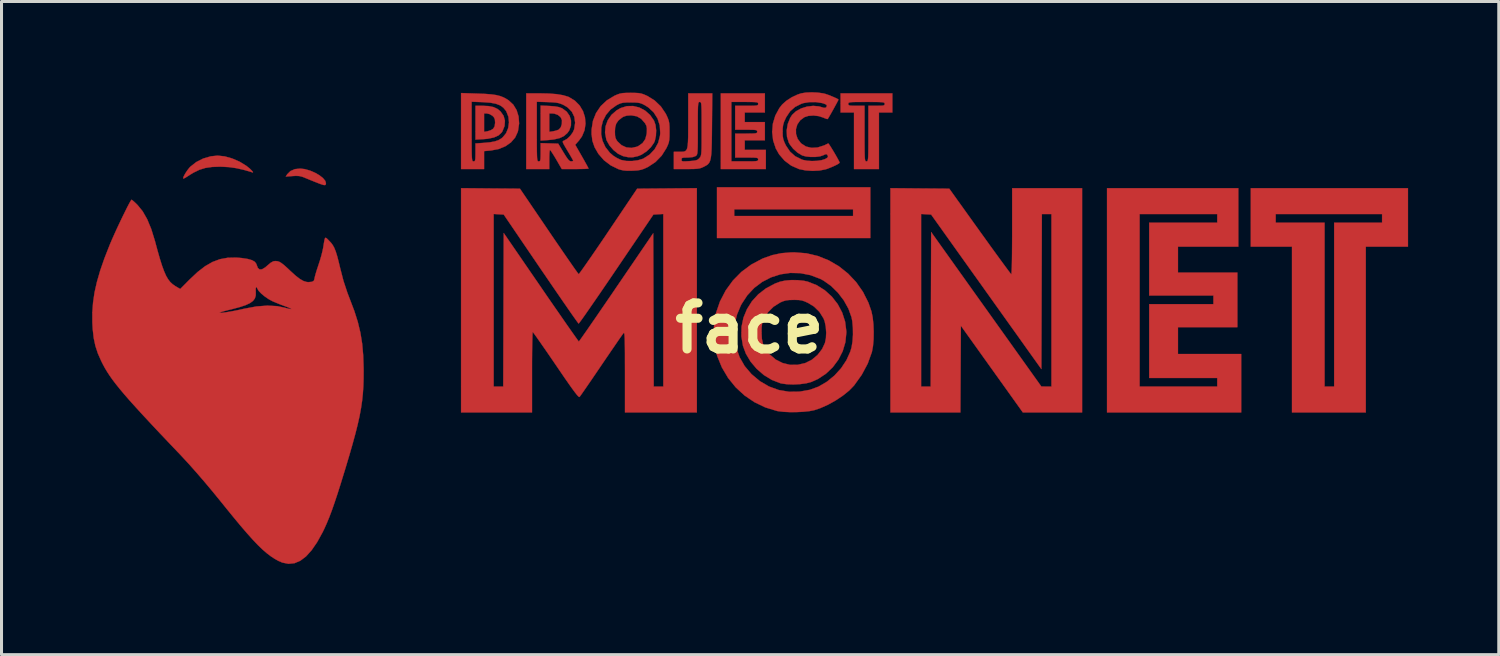
<source format=kicad_pcb>
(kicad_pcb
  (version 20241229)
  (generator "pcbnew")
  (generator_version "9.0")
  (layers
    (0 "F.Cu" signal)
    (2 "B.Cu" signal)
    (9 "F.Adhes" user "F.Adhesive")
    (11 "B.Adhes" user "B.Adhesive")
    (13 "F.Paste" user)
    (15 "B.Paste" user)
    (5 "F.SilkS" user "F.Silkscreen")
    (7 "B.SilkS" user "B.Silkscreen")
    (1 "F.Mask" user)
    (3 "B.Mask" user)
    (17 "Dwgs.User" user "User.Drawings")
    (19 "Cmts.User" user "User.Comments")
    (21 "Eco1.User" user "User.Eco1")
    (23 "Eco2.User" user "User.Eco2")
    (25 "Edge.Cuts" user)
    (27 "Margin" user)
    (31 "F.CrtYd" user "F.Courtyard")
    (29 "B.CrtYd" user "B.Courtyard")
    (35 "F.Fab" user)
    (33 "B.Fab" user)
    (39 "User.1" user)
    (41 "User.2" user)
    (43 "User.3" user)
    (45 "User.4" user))
  (footprint "face"
    (layer "F.Cu")
    (at 21.751 7.807)
    (property "Reference" "face" (at 0 0 0) (layer "F.SilkS") (effects (font (size 1.524 1.524) (thickness 0.3))))
    (attr through_hole)
    (fp_poly (pts (xy 3.996 -2.981) (xy -1.078 -2.981) (xy -1.078 -3.932) (xy -0.507 -3.932) (xy -0.507 -3.71) (xy 3.425 -3.71) (xy 3.425 -3.932) (xy -0.507 -3.932) (xy -1.078 -3.932) (xy -1.078 -4.661) (xy 3.996 -4.661) (xy 3.996 -2.981)) (stroke (width 0.01) (type solid)) (fill yes) (layer "F.Cu"))
    (fp_poly (pts (xy 21.785 -2.695) (xy 20.39 -2.695) (xy 20.39 2.791) (xy 17.948 2.791) (xy 17.948 -2.695) (xy 16.585 -2.695) (xy 16.585 -3.774) (xy 17.409 -3.774) (xy 17.409 -3.488) (xy 19.026 -3.488) (xy 19.026 1.934) (xy 19.343 1.934) (xy 19.343 -3.488) (xy 20.929 -3.488) (xy 20.929 -3.774) (xy 17.409 -3.774) (xy 16.585 -3.774) (xy 16.585 -4.63) (xy 21.785 -4.63) (xy 21.785 -2.695)) (stroke (width 0.01) (type solid)) (fill yes) (layer "F.Cu"))
    (fp_poly (pts (xy -14.718 -5.262) (xy -14.545 -5.213) (xy -14.379 -5.142) (xy -14.233 -5.058) (xy -14.116 -4.966) (xy -14.04 -4.875) (xy -14.016 -4.798) (xy -14.022 -4.753) (xy -14.046 -4.732) (xy -14.1 -4.737) (xy -14.194 -4.767) (xy -14.286 -4.802) (xy -14.422 -4.856) (xy -14.577 -4.919) (xy -14.682 -4.962) (xy -14.804 -5.01) (xy -14.903 -5.033) (xy -15.011 -5.038) (xy -15.117 -5.032) (xy -15.346 -5.015) (xy -15.295 -5.094) (xy -15.189 -5.198) (xy -15.044 -5.261) (xy -14.867 -5.279) (xy -14.718 -5.262)) (stroke (width 0.01) (type solid)) (fill yes) (layer "F.Cu"))
    (fp_poly (pts (xy 16.172 -2.695) (xy 14.175 -2.695) (xy 14.175 -1.839) (xy 16.141 -1.839) (xy 16.141 -0.032) (xy 14.175 -0.032) (xy 14.175 0.856) (xy 16.267 0.856) (xy 16.267 2.791) (xy 11.828 2.791) (xy 11.828 -3.774) (xy 12.906 -3.774) (xy 12.906 1.934) (xy 15.475 1.934) (xy 15.475 1.649) (xy 13.223 1.649) (xy 13.223 -0.793) (xy 15.348 -0.793) (xy 15.348 -1.078) (xy 13.223 -1.078) (xy 13.223 -3.488) (xy 15.475 -3.488) (xy 15.475 -3.774) (xy 12.906 -3.774) (xy 11.828 -3.774) (xy 11.828 -4.63) (xy 16.172 -4.63) (xy 16.172 -2.695)) (stroke (width 0.01) (type solid)) (fill yes) (layer "F.Cu"))
    (fp_poly (pts (xy -17.365 -5.683) (xy -17.115 -5.612) (xy -16.869 -5.505) (xy -16.647 -5.368) (xy -16.533 -5.275) (xy -16.465 -5.207) (xy -16.43 -5.163) (xy -16.435 -5.15) (xy -16.437 -5.151) (xy -16.73 -5.236) (xy -16.987 -5.294) (xy -17.228 -5.328) (xy -17.471 -5.341) (xy -17.52 -5.342) (xy -17.783 -5.333) (xy -18.004 -5.301) (xy -18.203 -5.24) (xy -18.398 -5.145) (xy -18.518 -5.072) (xy -18.627 -5.002) (xy -18.694 -4.963) (xy -18.729 -4.95) (xy -18.74 -4.957) (xy -18.741 -4.964) (xy -18.723 -5.021) (xy -18.676 -5.108) (xy -18.612 -5.207) (xy -18.543 -5.297) (xy -18.503 -5.341) (xy -18.309 -5.494) (xy -18.077 -5.612) (xy -17.825 -5.685) (xy -17.599 -5.708) (xy -17.365 -5.683)) (stroke (width 0.01) (type solid)) (fill yes) (layer "F.Cu"))
    (fp_poly (pts (xy -8.839 -7.357) (xy -8.633 -7.347) (xy -8.472 -7.314) (xy -8.344 -7.255) (xy -8.24 -7.17) (xy -8.139 -7.027) (xy -8.094 -6.864) (xy -8.106 -6.69) (xy -8.176 -6.515) (xy -8.198 -6.479) (xy -8.3 -6.38) (xy -8.456 -6.309) (xy -8.666 -6.265) (xy -8.791 -6.254) (xy -9.069 -6.238) (xy -9.069 -7.103) (xy -8.784 -7.103) (xy -8.784 -6.494) (xy -8.665 -6.515) (xy -8.568 -6.546) (xy -8.489 -6.593) (xy -8.483 -6.599) (xy -8.435 -6.675) (xy -8.419 -6.791) (xy -8.419 -6.805) (xy -8.427 -6.908) (xy -8.459 -6.977) (xy -8.508 -7.027) (xy -8.599 -7.081) (xy -8.69 -7.103) (xy -8.784 -7.103) (xy -9.069 -7.103) (xy -9.069 -7.357) (xy -8.839 -7.357)) (stroke (width 0.01) (type solid)) (fill yes) (layer "F.Cu"))
    (fp_poly (pts (xy -6.62 -7.351) (xy -6.449 -7.338) (xy -6.322 -7.316) (xy -6.222 -7.282) (xy -6.19 -7.266) (xy -6.05 -7.162) (xy -5.955 -7.025) (xy -5.907 -6.868) (xy -5.909 -6.704) (xy -5.963 -6.547) (xy -6.027 -6.456) (xy -6.14 -6.357) (xy -6.286 -6.287) (xy -6.475 -6.243) (xy -6.649 -6.224) (xy -6.913 -6.206) (xy -6.913 -6.493) (xy -6.627 -6.493) (xy -6.499 -6.513) (xy -6.4 -6.536) (xy -6.319 -6.566) (xy -6.308 -6.573) (xy -6.247 -6.644) (xy -6.211 -6.753) (xy -6.208 -6.88) (xy -6.21 -6.89) (xy -6.252 -6.98) (xy -6.34 -7.053) (xy -6.455 -7.096) (xy -6.524 -7.103) (xy -6.627 -7.103) (xy -6.627 -6.493) (xy -6.913 -6.493) (xy -6.913 -7.364) (xy -6.62 -7.351)) (stroke (width 0.01) (type solid)) (fill yes) (layer "F.Cu"))
    (fp_poly (pts (xy 5.635 -4.622) (xy 6.608 -4.614) (xy 7.619 -3.203) (xy 7.81 -2.938) (xy 7.989 -2.689) (xy 8.155 -2.46) (xy 8.303 -2.257) (xy 8.43 -2.084) (xy 8.532 -1.945) (xy 8.607 -1.846) (xy 8.65 -1.791) (xy 8.659 -1.781) (xy 8.666 -1.809) (xy 8.672 -1.897) (xy 8.678 -2.039) (xy 8.682 -2.232) (xy 8.685 -2.471) (xy 8.687 -2.752) (xy 8.689 -3.07) (xy 8.689 -3.2) (xy 8.689 -4.63) (xy 11.003 -4.63) (xy 11.003 2.791) (xy 9.044 2.791) (xy 6.992 -0.079) (xy 6.984 1.356) (xy 6.976 2.791) (xy 4.661 2.791) (xy 4.661 1.934) (xy 5.676 1.934) (xy 5.993 1.934) (xy 6.009 -3.178) (xy 7.832 -0.622) (xy 9.656 1.933) (xy 9.822 1.934) (xy 9.989 1.934) (xy 9.989 -3.774) (xy 9.672 -3.774) (xy 9.664 -1.209) (xy 9.656 1.356) (xy 7.832 -1.201) (xy 6.008 -3.758) (xy 5.842 -3.767) (xy 5.676 -3.777) (xy 5.676 1.934) (xy 4.661 1.934) (xy 4.661 -4.631) (xy 5.635 -4.622)) (stroke (width 0.01) (type solid)) (fill yes) (layer "F.Cu"))
    (fp_poly (pts (xy -3.647 -7.3) (xy -3.457 -7.199) (xy -3.291 -7.052) (xy -3.161 -6.865) (xy -3.111 -6.721) (xy -3.09 -6.545) (xy -3.098 -6.362) (xy -3.134 -6.198) (xy -3.163 -6.132) (xy -3.267 -5.984) (xy -3.409 -5.848) (xy -3.569 -5.742) (xy -3.689 -5.692) (xy -3.854 -5.655) (xy -4.002 -5.653) (xy -4.164 -5.686) (xy -4.198 -5.696) (xy -4.354 -5.772) (xy -4.504 -5.893) (xy -4.634 -6.043) (xy -4.725 -6.205) (xy -4.74 -6.244) (xy -4.781 -6.463) (xy -4.778 -6.504) (xy -4.455 -6.504) (xy -4.451 -6.379) (xy -4.436 -6.293) (xy -4.402 -6.223) (xy -4.37 -6.178) (xy -4.238 -6.054) (xy -4.079 -5.981) (xy -3.905 -5.963) (xy -3.729 -6.002) (xy -3.68 -6.024) (xy -3.54 -6.123) (xy -3.45 -6.253) (xy -3.405 -6.424) (xy -3.399 -6.483) (xy -3.397 -6.603) (xy -3.411 -6.687) (xy -3.447 -6.762) (xy -3.462 -6.785) (xy -3.585 -6.925) (xy -3.728 -7.008) (xy -3.902 -7.039) (xy -3.932 -7.04) (xy -4.069 -7.03) (xy -4.171 -6.996) (xy -4.218 -6.968) (xy -4.34 -6.87) (xy -4.413 -6.764) (xy -4.448 -6.633) (xy -4.455 -6.504) (xy -4.778 -6.504) (xy -4.764 -6.678) (xy -4.691 -6.88) (xy -4.567 -7.059) (xy -4.397 -7.207) (xy -4.265 -7.282) (xy -4.061 -7.345) (xy -3.852 -7.349) (xy -3.647 -7.3)) (stroke (width 0.01) (type solid)) (fill yes) (layer "F.Cu"))
    (fp_poly (pts (xy 4.725 -7.135) (xy 4.281 -7.135) (xy 4.281 -5.264) (xy 3.456 -5.264) (xy 3.456 -7.135) (xy 3.012 -7.135) (xy 3.012 -7.42) (xy 3.266 -7.42) (xy 3.271 -7.389) (xy 3.294 -7.371) (xy 3.349 -7.361) (xy 3.446 -7.357) (xy 3.536 -7.357) (xy 3.805 -7.357) (xy 3.805 -6.437) (xy 3.805 -6.172) (xy 3.806 -5.963) (xy 3.808 -5.804) (xy 3.811 -5.689) (xy 3.816 -5.609) (xy 3.824 -5.559) (xy 3.835 -5.532) (xy 3.849 -5.52) (xy 3.866 -5.518) (xy 3.869 -5.518) (xy 3.887 -5.519) (xy 3.901 -5.53) (xy 3.912 -5.555) (xy 3.92 -5.602) (xy 3.926 -5.678) (xy 3.929 -5.79) (xy 3.931 -5.943) (xy 3.932 -6.146) (xy 3.932 -6.405) (xy 3.932 -6.437) (xy 3.932 -7.357) (xy 4.202 -7.357) (xy 4.333 -7.358) (xy 4.413 -7.363) (xy 4.454 -7.376) (xy 4.469 -7.399) (xy 4.471 -7.42) (xy 4.469 -7.442) (xy 4.455 -7.458) (xy 4.423 -7.47) (xy 4.363 -7.477) (xy 4.267 -7.481) (xy 4.126 -7.483) (xy 3.933 -7.484) (xy 3.869 -7.484) (xy 3.659 -7.483) (xy 3.505 -7.482) (xy 3.398 -7.479) (xy 3.328 -7.472) (xy 3.289 -7.462) (xy 3.271 -7.447) (xy 3.266 -7.427) (xy 3.266 -7.42) (xy 3.012 -7.42) (xy 3.012 -7.769) (xy 4.725 -7.769) (xy 4.725 -7.135)) (stroke (width 0.01) (type solid)) (fill yes) (layer "F.Cu"))
    (fp_poly (pts (xy 0.507 -7.135) (xy -0.159 -7.135) (xy -0.159 -6.818) (xy 0.507 -6.818) (xy 0.507 -6.215) (xy -0.159 -6.215) (xy -0.159 -5.898) (xy 0.539 -5.898) (xy 0.539 -5.264) (xy -0.951 -5.264) (xy -0.951 -7.484) (xy -0.602 -7.484) (xy -0.602 -5.518) (xy -0.159 -5.518) (xy 0.017 -5.518) (xy 0.139 -5.52) (xy 0.217 -5.526) (xy 0.261 -5.536) (xy 0.281 -5.553) (xy 0.285 -5.576) (xy 0.285 -5.581) (xy 0.282 -5.608) (xy 0.263 -5.626) (xy 0.22 -5.637) (xy 0.142 -5.642) (xy 0.017 -5.644) (xy -0.095 -5.644) (xy -0.476 -5.644) (xy -0.476 -6.437) (xy -0.111 -6.437) (xy 0.046 -6.438) (xy 0.15 -6.441) (xy 0.212 -6.449) (xy 0.243 -6.463) (xy 0.253 -6.485) (xy 0.254 -6.501) (xy 0.25 -6.528) (xy 0.231 -6.546) (xy 0.187 -6.557) (xy 0.106 -6.562) (xy -0.022 -6.564) (xy -0.111 -6.564) (xy -0.476 -6.564) (xy -0.476 -7.357) (xy -0.095 -7.357) (xy 0.065 -7.357) (xy 0.173 -7.36) (xy 0.239 -7.368) (xy 0.272 -7.381) (xy 0.284 -7.402) (xy 0.285 -7.42) (xy 0.282 -7.445) (xy 0.266 -7.463) (xy 0.227 -7.474) (xy 0.155 -7.48) (xy 0.041 -7.483) (xy -0.126 -7.484) (xy -0.159 -7.484) (xy -0.602 -7.484) (xy -0.951 -7.484) (xy -0.951 -7.769) (xy 0.507 -7.769) (xy 0.507 -7.135)) (stroke (width 0.01) (type solid)) (fill yes) (layer "F.Cu"))
    (fp_poly (pts (xy -8.998 -7.76) (xy -8.743 -7.75) (xy -8.541 -7.734) (xy -8.379 -7.711) (xy -8.246 -7.677) (xy -8.131 -7.631) (xy -8.022 -7.57) (xy -7.97 -7.536) (xy -7.817 -7.394) (xy -7.707 -7.212) (xy -7.642 -7.001) (xy -7.625 -6.771) (xy -7.66 -6.532) (xy -7.67 -6.492) (xy -7.756 -6.306) (xy -7.895 -6.146) (xy -8.078 -6.018) (xy -8.299 -5.927) (xy -8.55 -5.879) (xy -8.556 -5.878) (xy -8.784 -5.857) (xy -8.784 -5.264) (xy -9.545 -5.264) (xy -9.545 -6.505) (xy -9.196 -6.505) (xy -9.196 -6.229) (xy -9.195 -6.01) (xy -9.194 -5.841) (xy -9.191 -5.716) (xy -9.186 -5.628) (xy -9.179 -5.571) (xy -9.17 -5.538) (xy -9.157 -5.522) (xy -9.141 -5.518) (xy -9.133 -5.518) (xy -9.103 -5.522) (xy -9.084 -5.544) (xy -9.074 -5.595) (xy -9.07 -5.686) (xy -9.069 -5.814) (xy -9.069 -6.111) (xy -8.792 -6.13) (xy -8.587 -6.149) (xy -8.431 -6.178) (xy -8.311 -6.218) (xy -8.213 -6.276) (xy -8.167 -6.314) (xy -8.056 -6.45) (xy -7.986 -6.621) (xy -7.96 -6.807) (xy -7.979 -6.994) (xy -8.045 -7.163) (xy -8.061 -7.191) (xy -8.148 -7.295) (xy -8.256 -7.372) (xy -8.395 -7.425) (xy -8.576 -7.459) (xy -8.809 -7.476) (xy -8.823 -7.477) (xy -9.196 -7.491) (xy -9.196 -6.505) (xy -9.545 -6.505) (xy -9.545 -7.778) (xy -8.998 -7.76)) (stroke (width 0.01) (type solid)) (fill yes) (layer "F.Cu"))
    (fp_poly (pts (xy 1.59 -1.588) (xy 1.793 -1.567) (xy 1.922 -1.539) (xy 2.221 -1.422) (xy 2.49 -1.253) (xy 2.724 -1.041) (xy 2.918 -0.792) (xy 3.065 -0.514) (xy 3.162 -0.214) (xy 3.202 0.102) (xy 3.202 0.155) (xy 3.171 0.465) (xy 3.082 0.763) (xy 2.94 1.042) (xy 2.753 1.294) (xy 2.524 1.511) (xy 2.261 1.684) (xy 2.044 1.781) (xy 1.877 1.825) (xy 1.672 1.853) (xy 1.452 1.864) (xy 1.24 1.857) (xy 1.059 1.832) (xy 1.018 1.822) (xy 0.737 1.713) (xy 0.473 1.552) (xy 0.236 1.347) (xy 0.035 1.109) (xy -0.121 0.846) (xy -0.218 0.586) (xy -0.271 0.268) (xy -0.268 0.139) (xy 0.397 0.139) (xy 0.397 0.143) (xy 0.408 0.357) (xy 0.448 0.532) (xy 0.523 0.686) (xy 0.641 0.841) (xy 0.67 0.873) (xy 0.865 1.04) (xy 1.09 1.154) (xy 1.333 1.213) (xy 1.587 1.215) (xy 1.843 1.156) (xy 1.843 1.156) (xy 2.061 1.047) (xy 2.251 0.887) (xy 2.402 0.689) (xy 2.495 0.49) (xy 2.527 0.334) (xy 2.536 0.147) (xy 2.522 -0.046) (xy 2.486 -0.221) (xy 2.449 -0.32) (xy 2.31 -0.541) (xy 2.131 -0.715) (xy 1.942 -0.831) (xy 1.827 -0.884) (xy 1.733 -0.915) (xy 1.635 -0.93) (xy 1.506 -0.934) (xy 1.459 -0.934) (xy 1.31 -0.93) (xy 1.2 -0.916) (xy 1.103 -0.887) (xy 1.01 -0.846) (xy 0.794 -0.709) (xy 0.613 -0.53) (xy 0.48 -0.32) (xy 0.479 -0.317) (xy 0.437 -0.218) (xy 0.412 -0.124) (xy 0.4 -0.012) (xy 0.397 0.139) (xy -0.268 0.139) (xy -0.265 -0.044) (xy -0.202 -0.345) (xy -0.085 -0.629) (xy 0.08 -0.89) (xy 0.292 -1.122) (xy 0.547 -1.318) (xy 0.841 -1.474) (xy 1.007 -1.536) (xy 1.173 -1.572) (xy 1.375 -1.59) (xy 1.59 -1.588)) (stroke (width 0.01) (type solid)) (fill yes) (layer "F.Cu"))
    (fp_poly (pts (xy -1.243 -6.699) (xy -1.246 -6.388) (xy -1.25 -6.133) (xy -1.256 -5.929) (xy -1.265 -5.769) (xy -1.28 -5.646) (xy -1.3 -5.554) (xy -1.328 -5.486) (xy -1.365 -5.435) (xy -1.412 -5.396) (xy -1.471 -5.362) (xy -1.522 -5.335) (xy -1.587 -5.306) (xy -1.653 -5.285) (xy -1.735 -5.273) (xy -1.846 -5.266) (xy -2.001 -5.264) (xy -2.084 -5.264) (xy -2.505 -5.264) (xy -2.505 -5.576) (xy -2.251 -5.576) (xy -2.248 -5.543) (xy -2.229 -5.525) (xy -2.183 -5.517) (xy -2.096 -5.52) (xy -1.99 -5.526) (xy -1.857 -5.538) (xy -1.77 -5.553) (xy -1.713 -5.576) (xy -1.669 -5.614) (xy -1.657 -5.628) (xy -1.636 -5.654) (xy -1.62 -5.682) (xy -1.607 -5.721) (xy -1.598 -5.777) (xy -1.592 -5.858) (xy -1.588 -5.972) (xy -1.586 -6.127) (xy -1.586 -6.329) (xy -1.586 -6.587) (xy -1.586 -6.598) (xy -1.586 -6.857) (xy -1.586 -7.061) (xy -1.588 -7.215) (xy -1.592 -7.326) (xy -1.597 -7.401) (xy -1.605 -7.448) (xy -1.617 -7.472) (xy -1.631 -7.482) (xy -1.649 -7.484) (xy -1.668 -7.482) (xy -1.682 -7.471) (xy -1.693 -7.445) (xy -1.701 -7.396) (xy -1.707 -7.318) (xy -1.71 -7.203) (xy -1.712 -7.045) (xy -1.712 -6.836) (xy -1.712 -6.613) (xy -1.712 -6.356) (xy -1.713 -6.155) (xy -1.715 -6.002) (xy -1.719 -5.891) (xy -1.725 -5.813) (xy -1.733 -5.762) (xy -1.746 -5.73) (xy -1.762 -5.71) (xy -1.783 -5.694) (xy -1.874 -5.66) (xy -2.017 -5.645) (xy -2.052 -5.644) (xy -2.161 -5.643) (xy -2.221 -5.634) (xy -2.246 -5.613) (xy -2.251 -5.576) (xy -2.505 -5.576) (xy -2.505 -5.835) (xy -2.317 -5.835) (xy -2.238 -5.835) (xy -2.175 -5.84) (xy -2.127 -5.857) (xy -2.09 -5.891) (xy -2.064 -5.949) (xy -2.047 -6.038) (xy -2.037 -6.163) (xy -2.031 -6.332) (xy -2.03 -6.55) (xy -2.029 -6.825) (xy -2.029 -6.872) (xy -2.029 -7.769) (xy -1.234 -7.769) (xy -1.243 -6.699)) (stroke (width 0.01) (type solid)) (fill yes) (layer "F.Cu"))
    (fp_poly (pts (xy -6.952 -7.769) (xy -6.639 -7.762) (xy -6.381 -7.742) (xy -6.173 -7.707) (xy -6.007 -7.658) (xy -5.976 -7.645) (xy -5.78 -7.526) (xy -5.624 -7.369) (xy -5.512 -7.183) (xy -5.446 -6.977) (xy -5.428 -6.763) (xy -5.459 -6.55) (xy -5.544 -6.347) (xy -5.644 -6.207) (xy -5.768 -6.067) (xy -5.547 -5.682) (xy -5.468 -5.542) (xy -5.401 -5.422) (xy -5.353 -5.333) (xy -5.329 -5.285) (xy -5.327 -5.28) (xy -5.357 -5.274) (xy -5.439 -5.269) (xy -5.562 -5.266) (xy -5.713 -5.264) (xy -5.77 -5.264) (xy -6.213 -5.264) (xy -6.396 -5.581) (xy -6.471 -5.706) (xy -6.535 -5.807) (xy -6.582 -5.875) (xy -6.604 -5.898) (xy -6.614 -5.868) (xy -6.622 -5.789) (xy -6.626 -5.673) (xy -6.627 -5.581) (xy -6.627 -5.264) (xy -7.389 -5.264) (xy -7.389 -6.504) (xy -7.04 -6.504) (xy -7.04 -6.228) (xy -7.039 -6.009) (xy -7.037 -5.841) (xy -7.034 -5.716) (xy -7.03 -5.628) (xy -7.023 -5.571) (xy -7.013 -5.538) (xy -7.001 -5.522) (xy -6.985 -5.518) (xy -6.976 -5.518) (xy -6.947 -5.522) (xy -6.928 -5.544) (xy -6.918 -5.594) (xy -6.914 -5.684) (xy -6.913 -5.82) (xy -6.913 -6.122) (xy -6.621 -6.113) (xy -6.33 -6.104) (xy -6.154 -5.811) (xy -6.069 -5.674) (xy -6.006 -5.585) (xy -5.957 -5.536) (xy -5.916 -5.518) (xy -5.906 -5.518) (xy -5.85 -5.525) (xy -5.835 -5.537) (xy -5.85 -5.57) (xy -5.892 -5.646) (xy -5.954 -5.753) (xy -6.023 -5.868) (xy -6.103 -6.003) (xy -6.154 -6.093) (xy -6.178 -6.148) (xy -6.179 -6.18) (xy -6.161 -6.196) (xy -6.146 -6.201) (xy -6.04 -6.26) (xy -5.934 -6.359) (xy -5.848 -6.478) (xy -5.803 -6.58) (xy -5.771 -6.794) (xy -5.797 -6.989) (xy -5.879 -7.159) (xy -6.015 -7.299) (xy -6.142 -7.377) (xy -6.233 -7.418) (xy -6.317 -7.446) (xy -6.412 -7.463) (xy -6.537 -7.473) (xy -6.683 -7.479) (xy -7.04 -7.49) (xy -7.04 -6.504) (xy -7.389 -6.504) (xy -7.389 -7.769) (xy -6.952 -7.769)) (stroke (width 0.01) (type solid)) (fill yes) (layer "F.Cu"))
    (fp_poly (pts (xy -3.777 -7.783) (xy -3.665 -7.776) (xy -3.577 -7.76) (xy -3.492 -7.731) (xy -3.39 -7.686) (xy -3.385 -7.684) (xy -3.142 -7.534) (xy -2.936 -7.337) (xy -2.776 -7.1) (xy -2.749 -7.047) (xy -2.703 -6.945) (xy -2.673 -6.86) (xy -2.657 -6.772) (xy -2.649 -6.661) (xy -2.648 -6.509) (xy -2.648 -6.501) (xy -2.649 -6.347) (xy -2.656 -6.236) (xy -2.671 -6.149) (xy -2.7 -6.067) (xy -2.745 -5.969) (xy -2.753 -5.953) (xy -2.907 -5.708) (xy -3.109 -5.5) (xy -3.35 -5.339) (xy -3.381 -5.323) (xy -3.497 -5.27) (xy -3.596 -5.238) (xy -3.705 -5.219) (xy -3.848 -5.21) (xy -3.881 -5.209) (xy -4.047 -5.207) (xy -4.172 -5.218) (xy -4.282 -5.242) (xy -4.344 -5.263) (xy -4.595 -5.386) (xy -4.817 -5.555) (xy -4.996 -5.761) (xy -5.002 -5.768) (xy -5.127 -5.985) (xy -5.201 -6.2) (xy -5.226 -6.418) (xy -4.911 -6.418) (xy -4.866 -6.199) (xy -4.771 -5.992) (xy -4.626 -5.806) (xy -4.504 -5.701) (xy -4.395 -5.633) (xy -4.278 -5.576) (xy -4.24 -5.562) (xy -4.077 -5.531) (xy -3.887 -5.529) (xy -3.695 -5.554) (xy -3.53 -5.603) (xy -3.512 -5.611) (xy -3.304 -5.744) (xy -3.14 -5.919) (xy -3.024 -6.129) (xy -2.963 -6.368) (xy -2.955 -6.453) (xy -2.971 -6.707) (xy -3.044 -6.937) (xy -3.172 -7.138) (xy -3.351 -7.304) (xy -3.461 -7.374) (xy -3.548 -7.419) (xy -3.624 -7.446) (xy -3.709 -7.461) (xy -3.824 -7.467) (xy -3.932 -7.468) (xy -4.079 -7.466) (xy -4.183 -7.458) (xy -4.263 -7.44) (xy -4.341 -7.407) (xy -4.403 -7.374) (xy -4.601 -7.232) (xy -4.75 -7.056) (xy -4.853 -6.855) (xy -4.906 -6.64) (xy -4.911 -6.418) (xy -5.226 -6.418) (xy -5.228 -6.436) (xy -5.226 -6.578) (xy -5.181 -6.86) (xy -5.079 -7.117) (xy -4.925 -7.345) (xy -4.722 -7.536) (xy -4.479 -7.684) (xy -4.376 -7.73) (xy -4.291 -7.759) (xy -4.203 -7.776) (xy -4.093 -7.783) (xy -3.94 -7.785) (xy -3.932 -7.785) (xy -3.777 -7.783)) (stroke (width 0.01) (type solid)) (fill yes) (layer "F.Cu"))
    (fp_poly (pts (xy 1.882 -2.476) (xy 2.261 -2.386) (xy 2.621 -2.242) (xy 2.955 -2.047) (xy 3.258 -1.806) (xy 3.526 -1.523) (xy 3.752 -1.201) (xy 3.931 -0.846) (xy 4.033 -0.553) (xy 4.073 -0.362) (xy 4.098 -0.131) (xy 4.108 0.119) (xy 4.104 0.368) (xy 4.084 0.597) (xy 4.049 0.785) (xy 4.047 0.793) (xy 3.91 1.173) (xy 3.712 1.544) (xy 3.458 1.898) (xy 3.296 2.065) (xy 3.087 2.234) (xy 2.847 2.394) (xy 2.592 2.536) (xy 2.337 2.649) (xy 2.14 2.715) (xy 1.983 2.746) (xy 1.782 2.767) (xy 1.559 2.778) (xy 1.332 2.779) (xy 1.122 2.769) (xy 0.947 2.748) (xy 0.909 2.741) (xy 0.522 2.623) (xy 0.162 2.45) (xy -0.166 2.228) (xy -0.458 1.959) (xy -0.709 1.649) (xy -0.914 1.303) (xy -1.069 0.925) (xy -1.112 0.777) (xy -1.16 0.523) (xy -1.182 0.237) (xy -1.18 0.115) (xy -0.503 0.115) (xy -0.497 0.285) (xy -0.442 0.636) (xy -0.331 0.959) (xy -0.163 1.254) (xy 0.062 1.52) (xy 0.064 1.522) (xy 0.342 1.755) (xy 0.644 1.931) (xy 0.967 2.048) (xy 1.306 2.105) (xy 1.656 2.101) (xy 1.993 2.041) (xy 2.283 1.935) (xy 2.558 1.774) (xy 2.809 1.569) (xy 3.028 1.329) (xy 3.206 1.061) (xy 3.334 0.776) (xy 3.376 0.631) (xy 3.407 0.439) (xy 3.422 0.217) (xy 3.419 -0.013) (xy 3.4 -0.225) (xy 3.374 -0.36) (xy 3.272 -0.643) (xy 3.119 -0.918) (xy 2.924 -1.173) (xy 2.698 -1.395) (xy 2.451 -1.571) (xy 2.341 -1.63) (xy 2.013 -1.754) (xy 1.679 -1.819) (xy 1.346 -1.827) (xy 1.021 -1.78) (xy 0.71 -1.68) (xy 0.419 -1.53) (xy 0.156 -1.332) (xy -0.074 -1.087) (xy -0.263 -0.799) (xy -0.293 -0.741) (xy -0.413 -0.455) (xy -0.482 -0.177) (xy -0.503 0.115) (xy -1.18 0.115) (xy -1.177 -0.057) (xy -1.146 -0.335) (xy -1.113 -0.492) (xy -0.977 -0.886) (xy -0.788 -1.249) (xy -0.551 -1.575) (xy -0.269 -1.861) (xy 0.055 -2.102) (xy 0.417 -2.295) (xy 0.465 -2.315) (xy 0.759 -2.418) (xy 1.056 -2.48) (xy 1.38 -2.506) (xy 1.487 -2.507) (xy 1.882 -2.476)) (stroke (width 0.01) (type solid)) (fill yes) (layer "F.Cu"))
    (fp_poly (pts (xy 2.256 -7.793) (xy 2.436 -7.768) (xy 2.505 -7.751) (xy 2.61 -7.715) (xy 2.726 -7.669) (xy 2.835 -7.622) (xy 2.916 -7.581) (xy 2.942 -7.563) (xy 2.931 -7.535) (xy 2.895 -7.466) (xy 2.842 -7.368) (xy 2.78 -7.255) (xy 2.716 -7.14) (xy 2.657 -7.037) (xy 2.611 -6.959) (xy 2.585 -6.919) (xy 2.584 -6.918) (xy 2.55 -6.922) (xy 2.481 -6.948) (xy 2.451 -6.962) (xy 2.291 -7.015) (xy 2.114 -7.035) (xy 1.944 -7.022) (xy 1.816 -6.981) (xy 1.676 -6.877) (xy 1.581 -6.741) (xy 1.535 -6.585) (xy 1.538 -6.422) (xy 1.591 -6.263) (xy 1.697 -6.122) (xy 1.711 -6.109) (xy 1.867 -6.009) (xy 2.049 -5.965) (xy 2.251 -5.977) (xy 2.471 -6.047) (xy 2.604 -6.112) (xy 2.625 -6.09) (xy 2.668 -6.026) (xy 2.727 -5.932) (xy 2.794 -5.821) (xy 2.86 -5.708) (xy 2.918 -5.604) (xy 2.961 -5.522) (xy 2.98 -5.477) (xy 2.981 -5.474) (xy 2.953 -5.447) (xy 2.882 -5.405) (xy 2.781 -5.357) (xy 2.665 -5.308) (xy 2.551 -5.265) (xy 2.507 -5.252) (xy 2.31 -5.214) (xy 2.083 -5.203) (xy 1.853 -5.219) (xy 1.647 -5.26) (xy 1.628 -5.266) (xy 1.377 -5.378) (xy 1.158 -5.542) (xy 0.978 -5.751) (xy 0.869 -5.943) (xy 0.78 -6.211) (xy 0.748 -6.489) (xy 0.749 -6.498) (xy 1.095 -6.498) (xy 1.098 -6.36) (xy 1.114 -6.256) (xy 1.149 -6.156) (xy 1.205 -6.039) (xy 1.339 -5.84) (xy 1.51 -5.688) (xy 1.726 -5.581) (xy 1.771 -5.565) (xy 1.904 -5.539) (xy 2.065 -5.529) (xy 2.232 -5.535) (xy 2.384 -5.557) (xy 2.497 -5.593) (xy 2.5 -5.594) (xy 2.574 -5.638) (xy 2.596 -5.676) (xy 2.578 -5.726) (xy 2.572 -5.735) (xy 2.544 -5.758) (xy 2.495 -5.747) (xy 2.438 -5.719) (xy 2.329 -5.683) (xy 2.182 -5.665) (xy 2.02 -5.664) (xy 1.865 -5.68) (xy 1.741 -5.714) (xy 1.74 -5.715) (xy 1.588 -5.806) (xy 1.443 -5.936) (xy 1.329 -6.084) (xy 1.299 -6.138) (xy 1.239 -6.329) (xy 1.228 -6.541) (xy 1.264 -6.755) (xy 1.344 -6.955) (xy 1.408 -7.055) (xy 1.536 -7.175) (xy 1.706 -7.269) (xy 1.901 -7.33) (xy 2.104 -7.354) (xy 2.296 -7.337) (xy 2.37 -7.316) (xy 2.458 -7.29) (xy 2.509 -7.289) (xy 2.539 -7.312) (xy 2.561 -7.36) (xy 2.532 -7.399) (xy 2.448 -7.434) (xy 2.396 -7.448) (xy 2.195 -7.479) (xy 1.983 -7.478) (xy 1.787 -7.447) (xy 1.714 -7.424) (xy 1.506 -7.319) (xy 1.343 -7.175) (xy 1.214 -6.983) (xy 1.199 -6.952) (xy 1.142 -6.828) (xy 1.111 -6.724) (xy 1.097 -6.611) (xy 1.095 -6.498) (xy 0.749 -6.498) (xy 0.772 -6.766) (xy 0.852 -7.032) (xy 0.984 -7.276) (xy 1.076 -7.395) (xy 1.213 -7.519) (xy 1.389 -7.634) (xy 1.582 -7.726) (xy 1.707 -7.768) (xy 1.865 -7.794) (xy 2.057 -7.802) (xy 2.256 -7.793)) (stroke (width 0.01) (type solid)) (fill yes) (layer "F.Cu"))
    (fp_poly (pts (xy -8.571 -4.622) (xy -7.597 -4.614) (xy -6.638 -3.203) (xy -6.457 -2.936) (xy -6.285 -2.686) (xy -6.127 -2.456) (xy -5.986 -2.252) (xy -5.866 -2.079) (xy -5.77 -1.942) (xy -5.7 -1.845) (xy -5.661 -1.793) (xy -5.654 -1.786) (xy -5.632 -1.81) (xy -5.578 -1.882) (xy -5.496 -1.997) (xy -5.388 -2.151) (xy -5.258 -2.338) (xy -5.109 -2.554) (xy -4.945 -2.794) (xy -4.769 -3.053) (xy -4.673 -3.196) (xy -3.718 -4.614) (xy -2.731 -4.622) (xy -1.744 -4.631) (xy -1.744 2.791) (xy -4.122 2.791) (xy -4.122 1.452) (xy -4.123 1.122) (xy -4.123 0.85) (xy -4.125 0.631) (xy -4.128 0.461) (xy -4.131 0.334) (xy -4.136 0.245) (xy -4.143 0.189) (xy -4.151 0.161) (xy -4.161 0.156) (xy -4.166 0.16) (xy -4.193 0.196) (xy -4.252 0.278) (xy -4.338 0.401) (xy -4.446 0.559) (xy -4.574 0.745) (xy -4.716 0.953) (xy -4.869 1.178) (xy -4.898 1.221) (xy -5.052 1.448) (xy -5.196 1.659) (xy -5.326 1.849) (xy -5.438 2.011) (xy -5.527 2.14) (xy -5.59 2.229) (xy -5.622 2.273) (xy -5.625 2.276) (xy -5.641 2.276) (xy -5.671 2.253) (xy -5.716 2.203) (xy -5.78 2.121) (xy -5.866 2.005) (xy -5.977 1.849) (xy -6.115 1.651) (xy -6.283 1.405) (xy -6.407 1.223) (xy -6.567 0.989) (xy -6.716 0.772) (xy -6.851 0.578) (xy -6.967 0.411) (xy -7.061 0.278) (xy -7.129 0.184) (xy -7.168 0.135) (xy -7.174 0.128) (xy -7.18 0.159) (xy -7.184 0.246) (xy -7.188 0.383) (xy -7.192 0.565) (xy -7.195 0.783) (xy -7.197 1.032) (xy -7.198 1.306) (xy -7.198 1.459) (xy -7.198 2.791) (xy -9.545 2.791) (xy -9.545 -3.777) (xy -8.467 -3.777) (xy -8.467 1.934) (xy -8.15 1.934) (xy -8.142 -0.606) (xy -8.134 -3.147) (xy -6.901 -1.352) (xy -6.694 -1.05) (xy -6.497 -0.765) (xy -6.313 -0.5) (xy -6.146 -0.259) (xy -5.998 -0.046) (xy -5.872 0.133) (xy -5.771 0.276) (xy -5.699 0.377) (xy -5.657 0.433) (xy -5.648 0.443) (xy -5.627 0.417) (xy -5.574 0.343) (xy -5.491 0.225) (xy -5.381 0.068) (xy -5.247 -0.126) (xy -5.092 -0.35) (xy -4.92 -0.601) (xy -4.732 -0.875) (xy -4.532 -1.167) (xy -4.408 -1.35) (xy -3.187 -3.14) (xy -3.171 1.934) (xy -2.854 1.934) (xy -2.854 -3.777) (xy -3.017 -3.767) (xy -3.181 -3.758) (xy -4.405 -1.952) (xy -4.61 -1.65) (xy -4.806 -1.363) (xy -4.988 -1.097) (xy -5.155 -0.855) (xy -5.303 -0.641) (xy -5.428 -0.461) (xy -5.529 -0.318) (xy -5.603 -0.217) (xy -5.645 -0.161) (xy -5.655 -0.151) (xy -5.677 -0.177) (xy -5.732 -0.252) (xy -5.816 -0.37) (xy -5.927 -0.528) (xy -6.061 -0.722) (xy -6.217 -0.947) (xy -6.39 -1.199) (xy -6.578 -1.473) (xy -6.778 -1.766) (xy -6.908 -1.956) (xy -8.134 -3.758) (xy -8.3 -3.767) (xy -8.467 -3.777) (xy -9.545 -3.777) (xy -9.545 -4.631) (xy -8.571 -4.622)) (stroke (width 0.01) (type solid)) (fill yes) (layer "F.Cu"))
    (fp_poly (pts (xy -20.416 -4.228) (xy -20.351 -4.172) (xy -20.268 -4.092) (xy -20.246 -4.069) (xy -20.079 -3.863) (xy -19.93 -3.601) (xy -19.797 -3.28) (xy -19.679 -2.899) (xy -19.675 -2.886) (xy -19.586 -2.556) (xy -19.508 -2.283) (xy -19.437 -2.059) (xy -19.37 -1.878) (xy -19.306 -1.733) (xy -19.24 -1.619) (xy -19.17 -1.528) (xy -19.093 -1.456) (xy -19.006 -1.394) (xy -18.979 -1.378) (xy -18.838 -1.295) (xy -18.528 -1.608) (xy -18.264 -1.856) (xy -18.014 -2.049) (xy -17.77 -2.189) (xy -17.524 -2.281) (xy -17.266 -2.328) (xy -16.988 -2.334) (xy -16.8 -2.319) (xy -16.602 -2.288) (xy -16.46 -2.247) (xy -16.368 -2.193) (xy -16.318 -2.123) (xy -16.311 -2.1) (xy -16.27 -1.992) (xy -16.211 -1.941) (xy -16.13 -1.947) (xy -16.026 -2.009) (xy -15.947 -2.077) (xy -15.842 -2.165) (xy -15.759 -2.21) (xy -15.696 -2.22) (xy -15.627 -2.215) (xy -15.562 -2.196) (xy -15.492 -2.155) (xy -15.405 -2.088) (xy -15.291 -1.986) (xy -15.189 -1.889) (xy -15.019 -1.735) (xy -14.878 -1.626) (xy -14.758 -1.558) (xy -14.65 -1.526) (xy -14.592 -1.522) (xy -14.478 -1.533) (xy -14.415 -1.569) (xy -14.397 -1.632) (xy -14.386 -1.688) (xy -14.359 -1.79) (xy -14.319 -1.923) (xy -14.272 -2.064) (xy -14.217 -2.232) (xy -14.167 -2.404) (xy -14.129 -2.557) (xy -14.11 -2.648) (xy -14.084 -2.809) (xy -14.065 -2.916) (xy -14.048 -2.974) (xy -14.027 -2.992) (xy -13.997 -2.976) (xy -13.952 -2.933) (xy -13.919 -2.899) (xy -13.847 -2.823) (xy -13.788 -2.743) (xy -13.737 -2.648) (xy -13.69 -2.528) (xy -13.642 -2.374) (xy -13.591 -2.174) (xy -13.545 -1.982) (xy -13.435 -1.558) (xy -13.304 -1.163) (xy -13.227 -0.962) (xy -13.077 -0.567) (xy -12.961 -0.2) (xy -12.876 0.154) (xy -12.818 0.514) (xy -12.784 0.898) (xy -12.77 1.321) (xy -12.769 1.411) (xy -12.771 1.678) (xy -12.779 1.928) (xy -12.795 2.168) (xy -12.82 2.406) (xy -12.856 2.649) (xy -12.903 2.906) (xy -12.965 3.183) (xy -13.041 3.487) (xy -13.134 3.828) (xy -13.244 4.212) (xy -13.374 4.646) (xy -13.403 4.741) (xy -13.525 5.137) (xy -13.633 5.478) (xy -13.731 5.773) (xy -13.82 6.028) (xy -13.904 6.25) (xy -13.985 6.447) (xy -14.065 6.626) (xy -14.127 6.754) (xy -14.309 7.084) (xy -14.492 7.35) (xy -14.677 7.555) (xy -14.866 7.697) (xy -15.058 7.778) (xy -15.255 7.798) (xy -15.457 7.758) (xy -15.582 7.705) (xy -15.711 7.634) (xy -15.84 7.549) (xy -15.974 7.447) (xy -16.116 7.324) (xy -16.27 7.175) (xy -16.44 6.996) (xy -16.63 6.784) (xy -16.845 6.534) (xy -17.087 6.242) (xy -17.361 5.905) (xy -17.468 5.772) (xy -17.749 5.427) (xy -18.031 5.09) (xy -18.305 4.773) (xy -18.56 4.486) (xy -18.788 4.24) (xy -18.788 4.239) (xy -19.169 3.839) (xy -19.509 3.481) (xy -19.81 3.16) (xy -20.075 2.875) (xy -20.307 2.621) (xy -20.51 2.396) (xy -20.685 2.195) (xy -20.836 2.015) (xy -20.966 1.853) (xy -21.078 1.706) (xy -21.175 1.569) (xy -21.258 1.44) (xy -21.333 1.316) (xy -21.4 1.191) (xy -21.449 1.094) (xy -21.562 0.839) (xy -21.644 0.59) (xy -21.7 0.328) (xy -21.733 0.034) (xy -21.745 -0.18) (xy -21.746 -0.514) (xy -21.746 -0.516) (xy -17.536 -0.516) (xy -17.522 -0.506) (xy -17.456 -0.508) (xy -17.349 -0.521) (xy -17.209 -0.543) (xy -17.048 -0.572) (xy -16.875 -0.607) (xy -16.711 -0.644) (xy -16.317 -0.717) (xy -15.953 -0.745) (xy -15.624 -0.727) (xy -15.372 -0.674) (xy -15.267 -0.646) (xy -15.19 -0.63) (xy -15.158 -0.63) (xy -15.158 -0.631) (xy -15.185 -0.65) (xy -15.258 -0.683) (xy -15.36 -0.722) (xy -15.372 -0.726) (xy -15.519 -0.781) (xy -15.677 -0.845) (xy -15.781 -0.889) (xy -15.91 -0.958) (xy -16.039 -1.046) (xy -16.154 -1.141) (xy -16.241 -1.232) (xy -16.284 -1.303) (xy -16.31 -1.359) (xy -16.329 -1.357) (xy -16.34 -1.305) (xy -16.339 -1.208) (xy -16.338 -1.196) (xy -16.339 -1.081) (xy -16.368 -0.984) (xy -16.43 -0.901) (xy -16.53 -0.828) (xy -16.675 -0.761) (xy -16.87 -0.696) (xy -17.121 -0.629) (xy -17.187 -0.613) (xy -17.324 -0.579) (xy -17.437 -0.548) (xy -17.512 -0.526) (xy -17.536 -0.516) (xy -21.746 -0.516) (xy -21.722 -0.844) (xy -21.673 -1.18) (xy -21.594 -1.53) (xy -21.486 -1.904) (xy -21.345 -2.311) (xy -21.169 -2.759) (xy -21.107 -2.906) (xy -21.031 -3.077) (xy -20.947 -3.263) (xy -20.857 -3.455) (xy -20.767 -3.644) (xy -20.68 -3.821) (xy -20.602 -3.979) (xy -20.535 -4.108) (xy -20.484 -4.2) (xy -20.453 -4.246) (xy -20.448 -4.249) (xy -20.416 -4.228)) (stroke (width 0.01) (type solid)) (fill yes) (layer "F.Cu")))
  (gr_rect
    (start -3 -3)
    (end 46.541 18.611)
    (stroke (width 0.1) (type default))
    (fill no)
    (layer "Edge.Cuts")))
</source>
